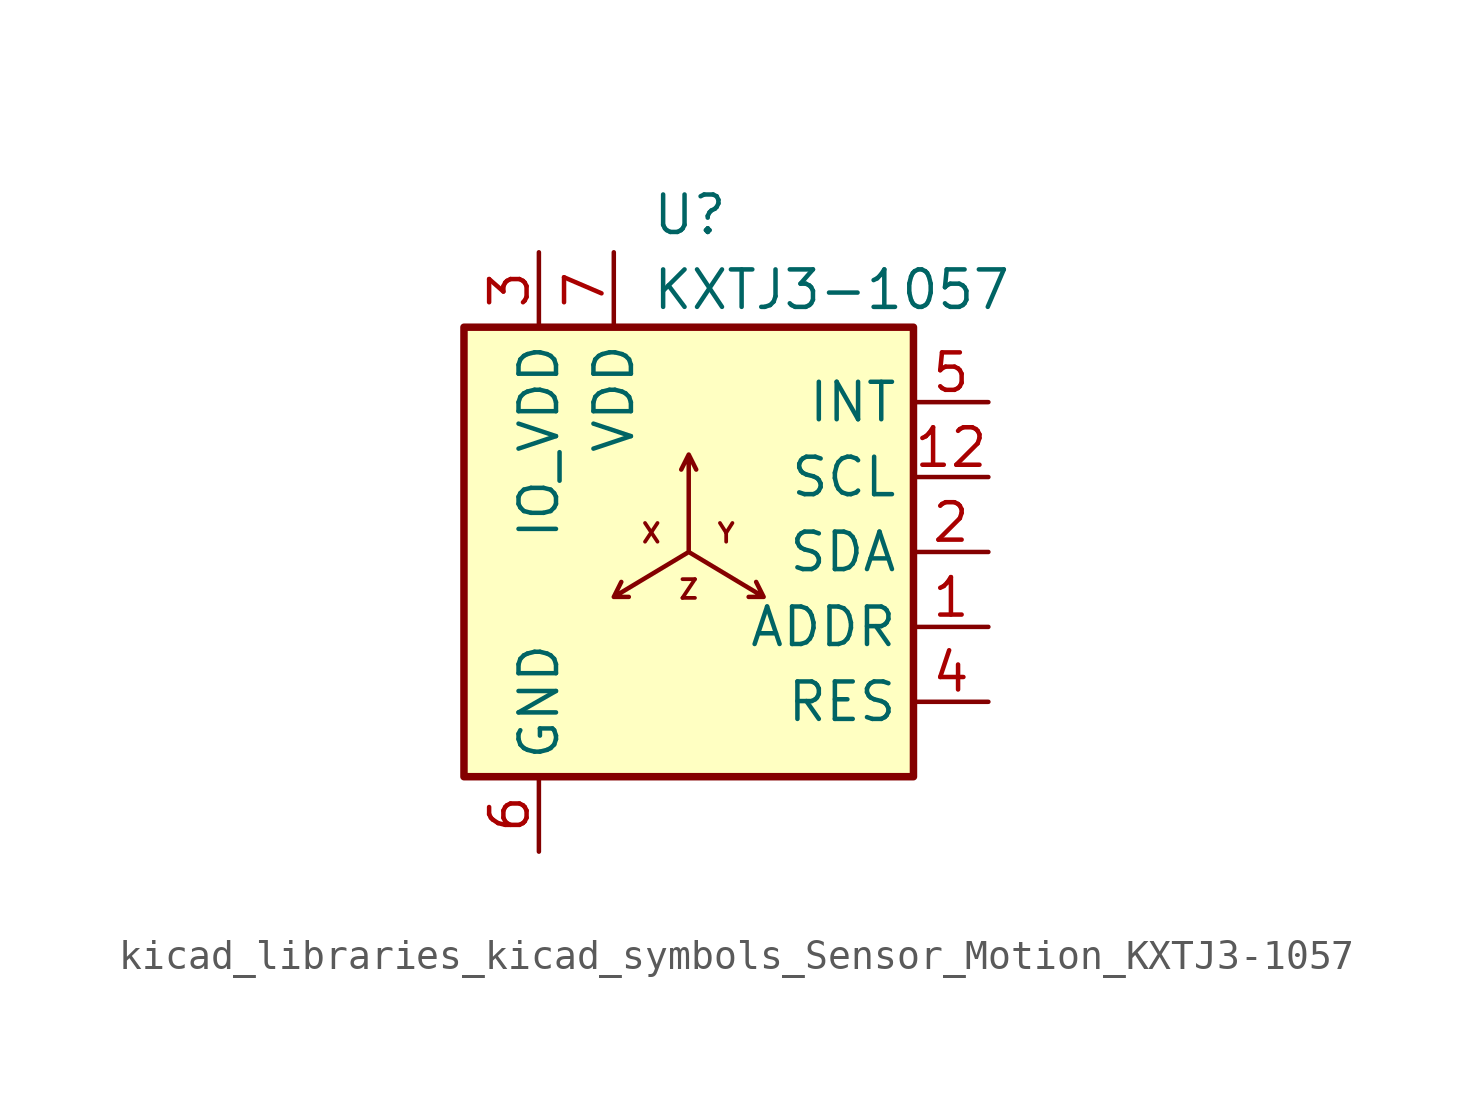
<source format=kicad_sym>
(kicad_symbol_lib
  (version 20220914)
  (generator kicad_symbol_editor)
  (symbol "kicad_libraries_kicad_symbols_Sensor_Motion_KXTJ3-1057"
    (property "Reference" "U"
      (at -1.27 11.43 0)
      (effects (font (size 1.27 1.27)) (justify left)))
    (property "Value" "KXTJ3-1057"
      (at -1.27 8.89 0)
      (effects (font (size 1.27 1.27)) (justify left)))
    (symbol "kicad_libraries_kicad_symbols_Sensor_Motion_KXTJ3-1057_0_0"
      (text "X" (at -1.27 0.635 0) (effects (font (size 0.635 0.635) bold)))
      (text "Y" (at 1.27 0.635 0) (effects (font (size 0.635 0.635) bold)))
      (text "Z" (at 0 -1.27 0) (effects (font (size 0.635 0.635) bold))))
    (symbol "kicad_libraries_kicad_symbols_Sensor_Motion_KXTJ3-1057_0_1"
      (rectangle (start -7.62 7.62) (end 7.62 -7.62) (stroke (width 0.254) (type default)) (fill (type background)))
      (polyline (pts (xy 0 0) (xy 0 3.302) (xy 0.254 2.794) (xy 0 3.302) (xy -0.254 2.794) (xy 0 3.302) (xy 0 0) (xy 2.54 -1.524) (xy 2.286 -1.016) (xy 2.54 -1.524) (xy 2.032 -1.524) (xy 2.54 -1.524) (xy 0 0) (xy -2.54 -1.524) (xy -2.286 -1.016) (xy -2.54 -1.524) (xy -2.032 -1.524)) (stroke (width 0) (type default)) (fill (type none))))
    (symbol "kicad_libraries_kicad_symbols_Sensor_Motion_KXTJ3-1057_1_1"
      (pin input line (at 10.16 -2.54 180) (length 2.54) (name "ADDR" (effects (font (size 1.27 1.27)))) (number "1" (effects (font (size 1.27 1.27)))))
      (pin passive line (at -2.54 10.16 270) (length 2.54) hide (name "VDD" (effects (font (size 1.27 1.27)))) (number "10" (effects (font (size 1.27 1.27)))))
      (pin passive line (at -5.08 10.16 270) (length 2.54) hide (name "IO_VDD" (effects (font (size 1.27 1.27)))) (number "11" (effects (font (size 1.27 1.27)))))
      (pin input line (at 10.16 2.54 180) (length 2.54) (name "SCL" (effects (font (size 1.27 1.27)))) (number "12" (effects (font (size 1.27 1.27)))))
      (pin bidirectional line (at 10.16 0 180) (length 2.54) (name "SDA" (effects (font (size 1.27 1.27)))) (number "2" (effects (font (size 1.27 1.27)))))
      (pin power_in line (at -5.08 10.16 270) (length 2.54) (name "IO_VDD" (effects (font (size 1.27 1.27)))) (number "3" (effects (font (size 1.27 1.27)))))
      (pin passive line (at 10.16 -5.08 180) (length 2.54) (name "RES" (effects (font (size 1.27 1.27)))) (number "4" (effects (font (size 1.27 1.27)))))
      (pin output line (at 10.16 5.08 180) (length 2.54) (name "INT" (effects (font (size 1.27 1.27)))) (number "5" (effects (font (size 1.27 1.27)))))
      (pin power_in line (at -5.08 -10.16 90) (length 2.54) (name "GND" (effects (font (size 1.27 1.27)))) (number "6" (effects (font (size 1.27 1.27)))))
      (pin power_in line (at -2.54 10.16 270) (length 2.54) (name "VDD" (effects (font (size 1.27 1.27)))) (number "7" (effects (font (size 1.27 1.27)))))
      (pin passive line (at -5.08 -10.16 90) (length 2.54) hide (name "GND" (effects (font (size 1.27 1.27)))) (number "8" (effects (font (size 1.27 1.27)))))
      (pin passive line (at -5.08 -10.16 90) (length 2.54) hide (name "GND" (effects (font (size 1.27 1.27)))) (number "9" (effects (font (size 1.27 1.27))))))))
</source>
